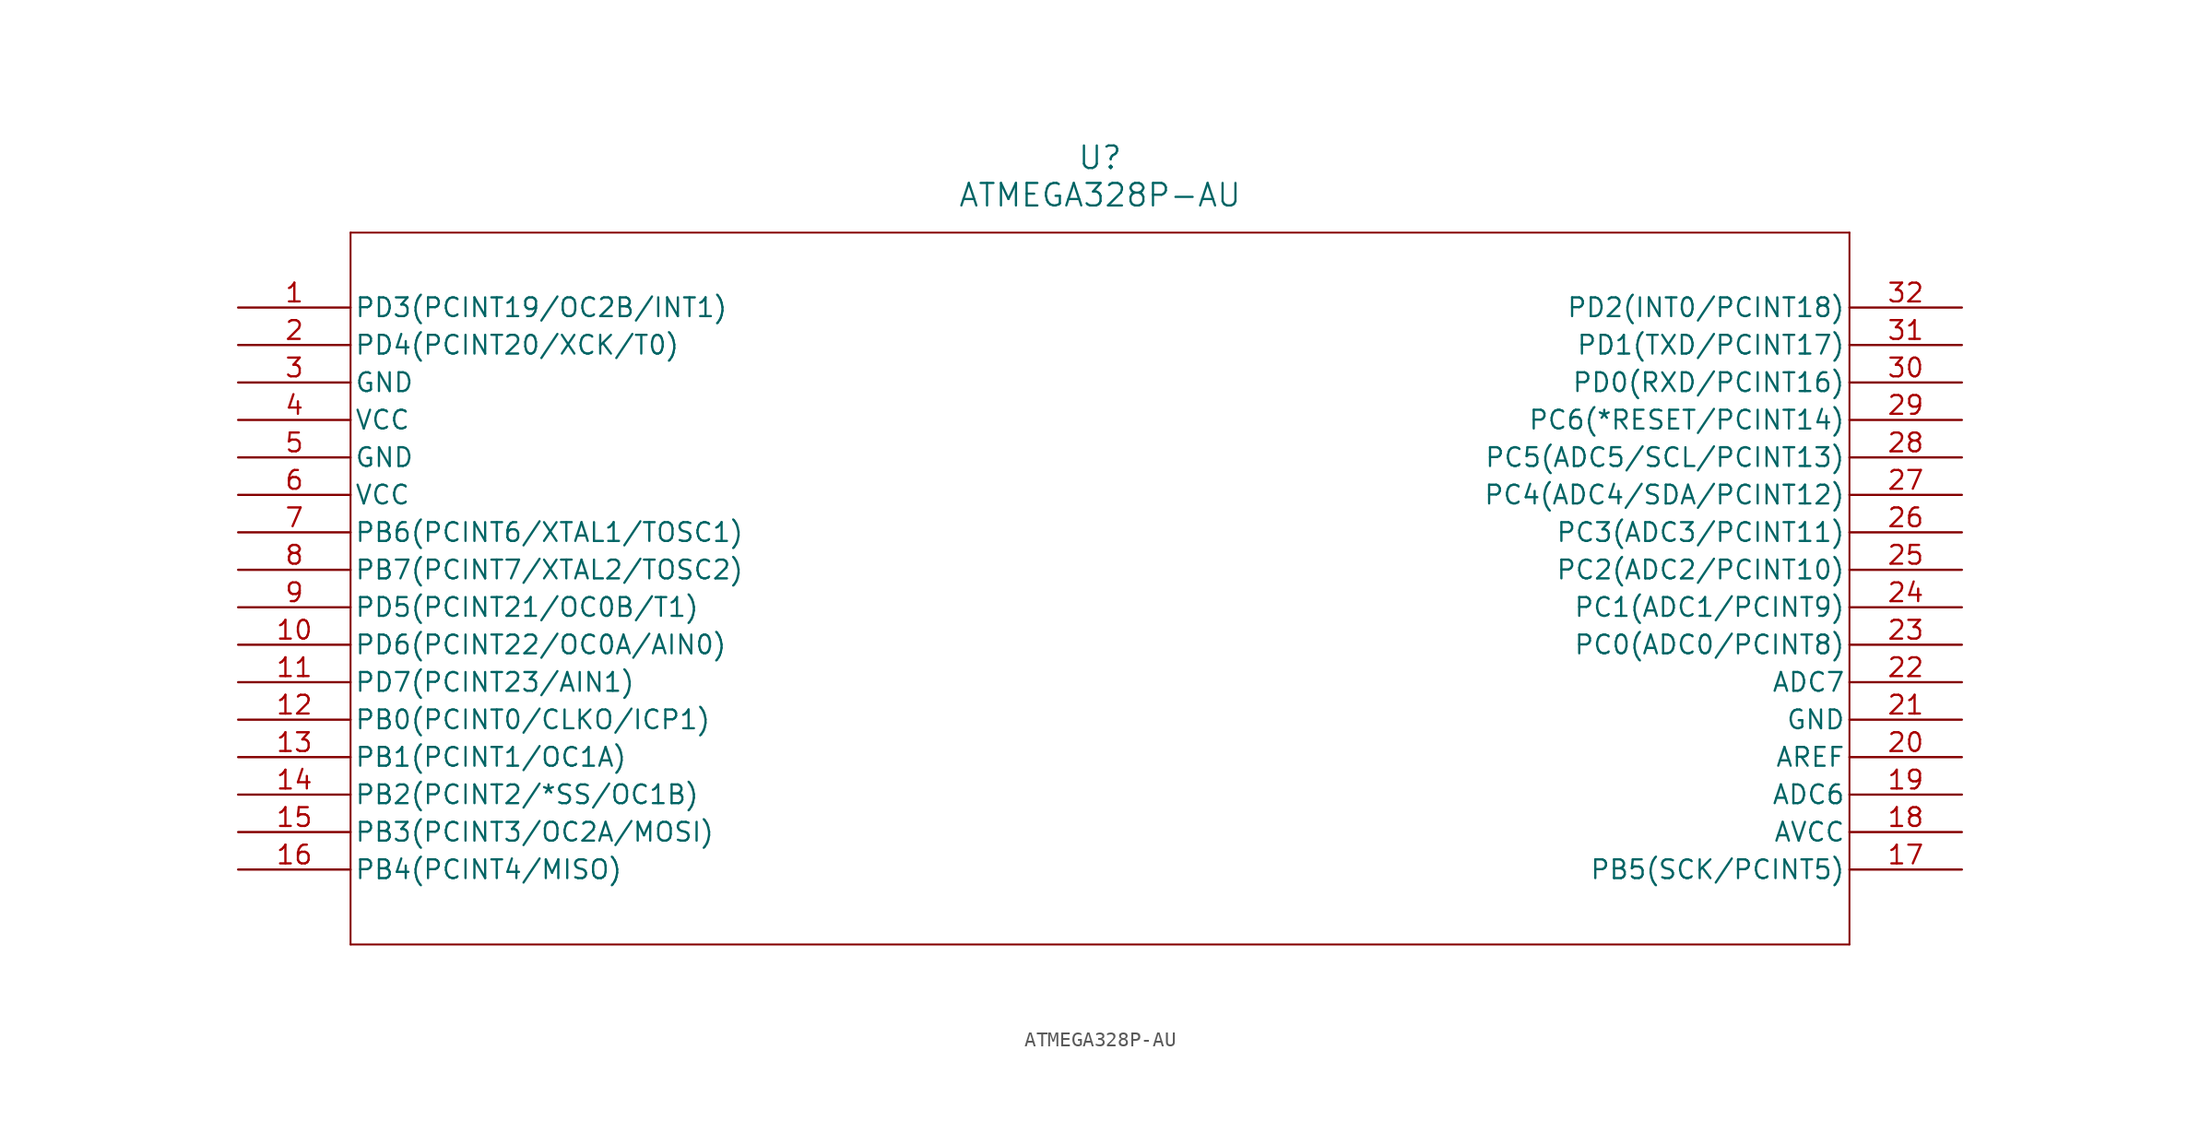
<source format=kicad_sym>
(kicad_symbol_lib
  (version 20220914)
  (generator kicad_symbol_editor)
  (symbol "ATMEGA328P-AU"
    (pin_names
      (offset 0.254))
    (property "Reference" "U"
      (at 58.42 10.16 0)
      (effects (font (size 1.524 1.524))))
    (property "Value" "ATMEGA328P-AU"
      (at 58.42 7.62 0)
      (effects (font (size 1.524 1.524))))
    (symbol "ATMEGA328P-AU_0_1"
      (polyline (pts (xy 7.62 -43.18) (xy 109.22 -43.18)) (stroke (width 0.127) (type default)) (fill (type none)))
      (polyline (pts (xy 7.62 5.08) (xy 7.62 -43.18)) (stroke (width 0.127) (type default)) (fill (type none)))
      (polyline (pts (xy 109.22 -43.18) (xy 109.22 5.08)) (stroke (width 0.127) (type default)) (fill (type none)))
      (polyline (pts (xy 109.22 5.08) (xy 7.62 5.08)) (stroke (width 0.127) (type default)) (fill (type none)))
      (pin bidirectional line (at 0 0 0) (length 7.62) (name "PD3(PCINT19/OC2B/INT1)" (effects (font (size 1.27 1.27)))) (number "1" (effects (font (size 1.27 1.27)))))
      (pin bidirectional line (at 0 -22.86 0) (length 7.62) (name "PD6(PCINT22/OC0A/AIN0)" (effects (font (size 1.27 1.27)))) (number "10" (effects (font (size 1.27 1.27)))))
      (pin input line (at 0 -25.4 0) (length 7.62) (name "PD7(PCINT23/AIN1)" (effects (font (size 1.27 1.27)))) (number "11" (effects (font (size 1.27 1.27)))))
      (pin bidirectional line (at 0 -27.94 0) (length 7.62) (name "PB0(PCINT0/CLKO/ICP1)" (effects (font (size 1.27 1.27)))) (number "12" (effects (font (size 1.27 1.27)))))
      (pin bidirectional line (at 0 -30.48 0) (length 7.62) (name "PB1(PCINT1/OC1A)" (effects (font (size 1.27 1.27)))) (number "13" (effects (font (size 1.27 1.27)))))
      (pin bidirectional line (at 0 -33.02 0) (length 7.62) (name "PB2(PCINT2/*SS/OC1B)" (effects (font (size 1.27 1.27)))) (number "14" (effects (font (size 1.27 1.27)))))
      (pin bidirectional line (at 0 -35.56 0) (length 7.62) (name "PB3(PCINT3/OC2A/MOSI)" (effects (font (size 1.27 1.27)))) (number "15" (effects (font (size 1.27 1.27)))))
      (pin bidirectional line (at 0 -38.1 0) (length 7.62) (name "PB4(PCINT4/MISO)" (effects (font (size 1.27 1.27)))) (number "16" (effects (font (size 1.27 1.27)))))
      (pin bidirectional line (at 116.84 -38.1 180) (length 7.62) (name "PB5(SCK/PCINT5)" (effects (font (size 1.27 1.27)))) (number "17" (effects (font (size 1.27 1.27)))))
      (pin power_in line (at 116.84 -35.56 180) (length 7.62) (name "AVCC" (effects (font (size 1.27 1.27)))) (number "18" (effects (font (size 1.27 1.27)))))
      (pin unspecified line (at 116.84 -33.02 180) (length 7.62) (name "ADC6" (effects (font (size 1.27 1.27)))) (number "19" (effects (font (size 1.27 1.27)))))
      (pin bidirectional line (at 0 -2.54 0) (length 7.62) (name "PD4(PCINT20/XCK/T0)" (effects (font (size 1.27 1.27)))) (number "2" (effects (font (size 1.27 1.27)))))
      (pin power_in line (at 116.84 -30.48 180) (length 7.62) (name "AREF" (effects (font (size 1.27 1.27)))) (number "20" (effects (font (size 1.27 1.27)))))
      (pin power_out line (at 116.84 -27.94 180) (length 7.62) (name "GND" (effects (font (size 1.27 1.27)))) (number "21" (effects (font (size 1.27 1.27)))))
      (pin unspecified line (at 116.84 -25.4 180) (length 7.62) (name "ADC7" (effects (font (size 1.27 1.27)))) (number "22" (effects (font (size 1.27 1.27)))))
      (pin bidirectional line (at 116.84 -22.86 180) (length 7.62) (name "PC0(ADC0/PCINT8)" (effects (font (size 1.27 1.27)))) (number "23" (effects (font (size 1.27 1.27)))))
      (pin bidirectional line (at 116.84 -20.32 180) (length 7.62) (name "PC1(ADC1/PCINT9)" (effects (font (size 1.27 1.27)))) (number "24" (effects (font (size 1.27 1.27)))))
      (pin bidirectional line (at 116.84 -17.78 180) (length 7.62) (name "PC2(ADC2/PCINT10)" (effects (font (size 1.27 1.27)))) (number "25" (effects (font (size 1.27 1.27)))))
      (pin bidirectional line (at 116.84 -15.24 180) (length 7.62) (name "PC3(ADC3/PCINT11)" (effects (font (size 1.27 1.27)))) (number "26" (effects (font (size 1.27 1.27)))))
      (pin bidirectional line (at 116.84 -12.7 180) (length 7.62) (name "PC4(ADC4/SDA/PCINT12)" (effects (font (size 1.27 1.27)))) (number "27" (effects (font (size 1.27 1.27)))))
      (pin bidirectional line (at 116.84 -10.16 180) (length 7.62) (name "PC5(ADC5/SCL/PCINT13)" (effects (font (size 1.27 1.27)))) (number "28" (effects (font (size 1.27 1.27)))))
      (pin bidirectional line (at 116.84 -7.62 180) (length 7.62) (name "PC6(*RESET/PCINT14)" (effects (font (size 1.27 1.27)))) (number "29" (effects (font (size 1.27 1.27)))))
      (pin power_out line (at 0 -5.08 0) (length 7.62) (name "GND" (effects (font (size 1.27 1.27)))) (number "3" (effects (font (size 1.27 1.27)))))
      (pin bidirectional line (at 116.84 -5.08 180) (length 7.62) (name "PD0(RXD/PCINT16)" (effects (font (size 1.27 1.27)))) (number "30" (effects (font (size 1.27 1.27)))))
      (pin bidirectional line (at 116.84 -2.54 180) (length 7.62) (name "PD1(TXD/PCINT17)" (effects (font (size 1.27 1.27)))) (number "31" (effects (font (size 1.27 1.27)))))
      (pin bidirectional line (at 116.84 0 180) (length 7.62) (name "PD2(INT0/PCINT18)" (effects (font (size 1.27 1.27)))) (number "32" (effects (font (size 1.27 1.27)))))
      (pin power_in line (at 0 -7.62 0) (length 7.62) (name "VCC" (effects (font (size 1.27 1.27)))) (number "4" (effects (font (size 1.27 1.27)))))
      (pin power_out line (at 0 -10.16 0) (length 7.62) (name "GND" (effects (font (size 1.27 1.27)))) (number "5" (effects (font (size 1.27 1.27)))))
      (pin power_in line (at 0 -12.7 0) (length 7.62) (name "VCC" (effects (font (size 1.27 1.27)))) (number "6" (effects (font (size 1.27 1.27)))))
      (pin bidirectional line (at 0 -15.24 0) (length 7.62) (name "PB6(PCINT6/XTAL1/TOSC1)" (effects (font (size 1.27 1.27)))) (number "7" (effects (font (size 1.27 1.27)))))
      (pin bidirectional line (at 0 -17.78 0) (length 7.62) (name "PB7(PCINT7/XTAL2/TOSC2)" (effects (font (size 1.27 1.27)))) (number "8" (effects (font (size 1.27 1.27)))))
      (pin bidirectional line (at 0 -20.32 0) (length 7.62) (name "PD5(PCINT21/OC0B/T1)" (effects (font (size 1.27 1.27)))) (number "9" (effects (font (size 1.27 1.27))))))))
</source>
